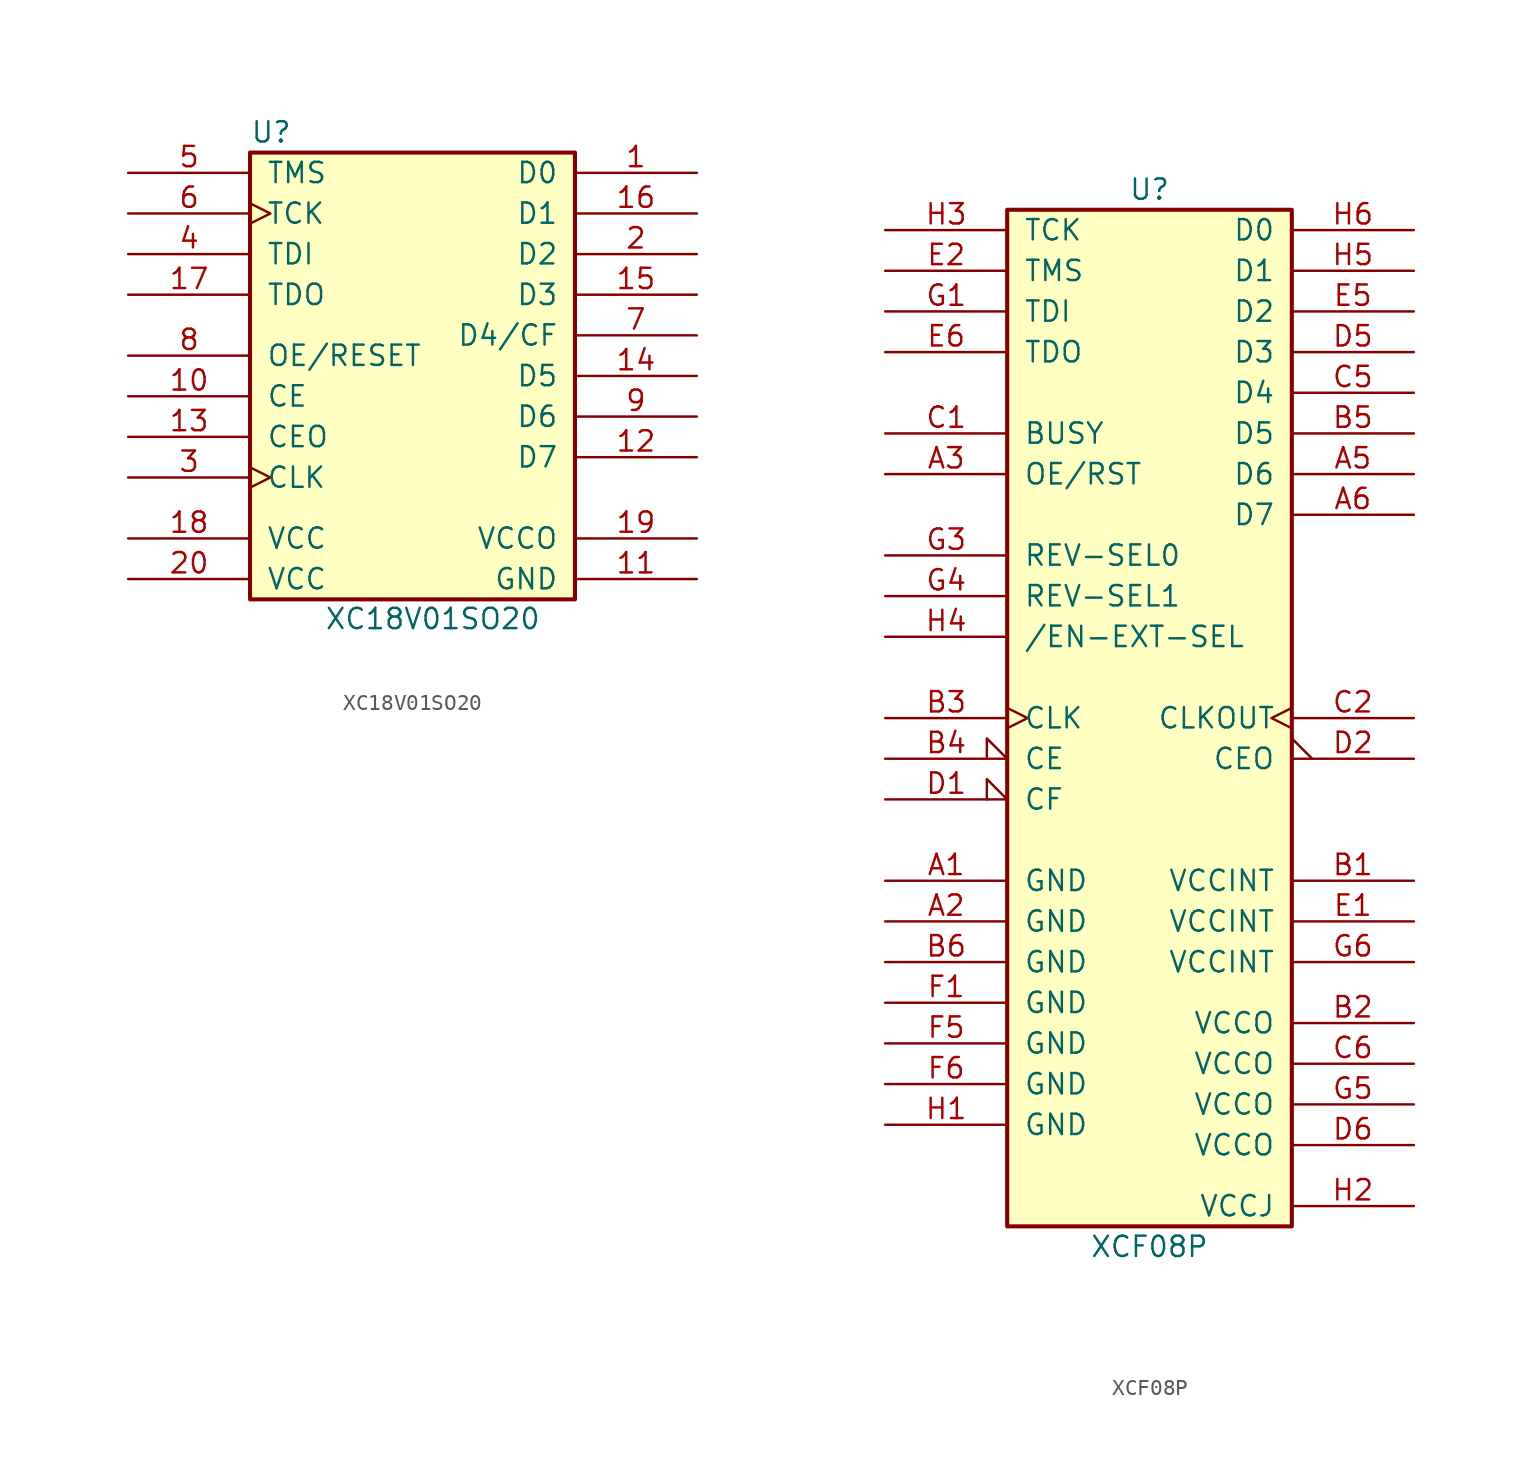
<source format=kicad_sym>
(kicad_symbol_lib
  (version 20231120)
  (generator "kicad_symbol_editor")
  (generator_version "8.0")
  (symbol "XC18V01SO20"
    (pin_names
      (offset 1.016))
    (property "Reference" "U"
      (at -8.839 15.24 0)
      (effects (font (size 1.27 1.27))))
    (property "Value" "XC18V01SO20"
      (at 1.27 -15.189 0)
      (effects (font (size 1.27 1.27))))
    (symbol "XC18V01SO20_0_1"
      (rectangle (start -10.16 12.7) (end -10.16 12.7) (stroke (width 0) (type default)) (fill (type none)))
      (rectangle (start -10.16 13.97) (end 10.16 -13.97) (stroke (width 0.254) (type default)) (fill (type background))))
    (symbol "XC18V01SO20_1_1"
      (pin output line (at 17.78 12.7 180) (length 7.62) (name "D0" (effects (font (size 1.27 1.27)))) (number "1" (effects (font (size 1.27 1.27)))))
      (pin input line (at -17.78 -1.27 0) (length 7.62) (name "CE" (effects (font (size 1.27 1.27)))) (number "10" (effects (font (size 1.27 1.27)))))
      (pin power_in line (at 17.78 -12.7 180) (length 7.62) (name "GND" (effects (font (size 1.27 1.27)))) (number "11" (effects (font (size 1.27 1.27)))))
      (pin output line (at 17.78 -5.08 180) (length 7.62) (name "D7" (effects (font (size 1.27 1.27)))) (number "12" (effects (font (size 1.27 1.27)))))
      (pin output line (at -17.78 -3.81 0) (length 7.62) (name "CEO" (effects (font (size 1.27 1.27)))) (number "13" (effects (font (size 1.27 1.27)))))
      (pin output line (at 17.78 0 180) (length 7.62) (name "D5" (effects (font (size 1.27 1.27)))) (number "14" (effects (font (size 1.27 1.27)))))
      (pin output line (at 17.78 5.08 180) (length 7.62) (name "D3" (effects (font (size 1.27 1.27)))) (number "15" (effects (font (size 1.27 1.27)))))
      (pin output line (at 17.78 10.16 180) (length 7.62) (name "D1" (effects (font (size 1.27 1.27)))) (number "16" (effects (font (size 1.27 1.27)))))
      (pin open_collector line (at -17.78 5.08 0) (length 7.62) (name "TDO" (effects (font (size 1.27 1.27)))) (number "17" (effects (font (size 1.27 1.27)))))
      (pin power_in line (at -17.78 -10.16 0) (length 7.62) (name "VCC" (effects (font (size 1.27 1.27)))) (number "18" (effects (font (size 1.27 1.27)))))
      (pin power_in line (at 17.78 -10.16 180) (length 7.62) (name "VCCO" (effects (font (size 1.27 1.27)))) (number "19" (effects (font (size 1.27 1.27)))))
      (pin output line (at 17.78 7.62 180) (length 7.62) (name "D2" (effects (font (size 1.27 1.27)))) (number "2" (effects (font (size 1.27 1.27)))))
      (pin power_in line (at -17.78 -12.7 0) (length 7.62) (name "VCC" (effects (font (size 1.27 1.27)))) (number "20" (effects (font (size 1.27 1.27)))))
      (pin input clock (at -17.78 -6.35 0) (length 7.62) (name "CLK" (effects (font (size 1.27 1.27)))) (number "3" (effects (font (size 1.27 1.27)))))
      (pin input line (at -17.78 7.62 0) (length 7.62) (name "TDI" (effects (font (size 1.27 1.27)))) (number "4" (effects (font (size 1.27 1.27)))))
      (pin input line (at -17.78 12.7 0) (length 7.62) (name "TMS" (effects (font (size 1.27 1.27)))) (number "5" (effects (font (size 1.27 1.27)))))
      (pin input clock (at -17.78 10.16 0) (length 7.62) (name "TCK" (effects (font (size 1.27 1.27)))) (number "6" (effects (font (size 1.27 1.27)))))
      (pin open_collector line (at 17.78 2.54 180) (length 7.62) (name "D4/CF" (effects (font (size 1.27 1.27)))) (number "7" (effects (font (size 1.27 1.27)))))
      (pin input line (at -17.78 1.27 0) (length 7.62) (name "OE/RESET" (effects (font (size 1.27 1.27)))) (number "8" (effects (font (size 1.27 1.27)))))
      (pin output line (at 17.78 -2.54 180) (length 7.62) (name "D6" (effects (font (size 1.27 1.27)))) (number "9" (effects (font (size 1.27 1.27)))))))
  (symbol "XCF08P"
    (pin_names
      (offset 1.016))
    (property "Reference" "U"
      (at 0 33.02 0)
      (effects (font (size 1.27 1.27))))
    (property "Value" "XCF08P"
      (at 0 -33.02 0)
      (effects (font (size 1.27 1.27))))
    (symbol "XCF08P_0_1"
      (rectangle (start -8.89 31.75) (end 8.89 -31.75) (stroke (width 0.254) (type default)) (fill (type background))))
    (symbol "XCF08P_1_1"
      (pin power_in line (at -16.51 -10.16 0) (length 7.62) (name "GND" (effects (font (size 1.27 1.27)))) (number "A1" (effects (font (size 1.27 1.27)))))
      (pin power_in line (at -16.51 -12.7 0) (length 7.62) (name "GND" (effects (font (size 1.27 1.27)))) (number "A2" (effects (font (size 1.27 1.27)))))
      (pin input line (at -16.51 15.24 0) (length 7.62) (name "OE/RST" (effects (font (size 1.27 1.27)))) (number "A3" (effects (font (size 1.27 1.27)))))
      (pin tri_state line (at 16.51 15.24 180) (length 7.62) (name "D6" (effects (font (size 1.27 1.27)))) (number "A5" (effects (font (size 1.27 1.27)))))
      (pin tri_state line (at 16.51 12.7 180) (length 7.62) (name "D7" (effects (font (size 1.27 1.27)))) (number "A6" (effects (font (size 1.27 1.27)))))
      (pin power_in line (at 16.51 -10.16 180) (length 7.62) (name "VCCINT" (effects (font (size 1.27 1.27)))) (number "B1" (effects (font (size 1.27 1.27)))))
      (pin power_in line (at 16.51 -19.05 180) (length 7.62) (name "VCCO" (effects (font (size 1.27 1.27)))) (number "B2" (effects (font (size 1.27 1.27)))))
      (pin input clock (at -16.51 0 0) (length 7.62) (name "CLK" (effects (font (size 1.27 1.27)))) (number "B3" (effects (font (size 1.27 1.27)))))
      (pin input input_low (at -16.51 -2.54 0) (length 7.62) (name "CE" (effects (font (size 1.27 1.27)))) (number "B4" (effects (font (size 1.27 1.27)))))
      (pin tri_state line (at 16.51 17.78 180) (length 7.62) (name "D5" (effects (font (size 1.27 1.27)))) (number "B5" (effects (font (size 1.27 1.27)))))
      (pin power_in line (at -16.51 -15.24 0) (length 7.62) (name "GND" (effects (font (size 1.27 1.27)))) (number "B6" (effects (font (size 1.27 1.27)))))
      (pin input line (at -16.51 17.78 0) (length 7.62) (name "BUSY" (effects (font (size 1.27 1.27)))) (number "C1" (effects (font (size 1.27 1.27)))))
      (pin output clock (at 16.51 0 180) (length 7.62) (name "CLKOUT" (effects (font (size 1.27 1.27)))) (number "C2" (effects (font (size 1.27 1.27)))))
      (pin tri_state line (at 16.51 20.32 180) (length 7.62) (name "D4" (effects (font (size 1.27 1.27)))) (number "C5" (effects (font (size 1.27 1.27)))))
      (pin power_in line (at 16.51 -21.59 180) (length 7.62) (name "VCCO" (effects (font (size 1.27 1.27)))) (number "C6" (effects (font (size 1.27 1.27)))))
      (pin bidirectional input_low (at -16.51 -5.08 0) (length 7.62) (name "CF" (effects (font (size 1.27 1.27)))) (number "D1" (effects (font (size 1.27 1.27)))))
      (pin output output_low (at 16.51 -2.54 180) (length 7.62) (name "CEO" (effects (font (size 1.27 1.27)))) (number "D2" (effects (font (size 1.27 1.27)))))
      (pin tri_state line (at 16.51 22.86 180) (length 7.62) (name "D3" (effects (font (size 1.27 1.27)))) (number "D5" (effects (font (size 1.27 1.27)))))
      (pin power_in line (at 16.51 -26.67 180) (length 7.62) (name "VCCO" (effects (font (size 1.27 1.27)))) (number "D6" (effects (font (size 1.27 1.27)))))
      (pin power_in line (at 16.51 -12.7 180) (length 7.62) (name "VCCINT" (effects (font (size 1.27 1.27)))) (number "E1" (effects (font (size 1.27 1.27)))))
      (pin input line (at -16.51 27.94 0) (length 7.62) (name "TMS" (effects (font (size 1.27 1.27)))) (number "E2" (effects (font (size 1.27 1.27)))))
      (pin tri_state line (at 16.51 25.4 180) (length 7.62) (name "D2" (effects (font (size 1.27 1.27)))) (number "E5" (effects (font (size 1.27 1.27)))))
      (pin output line (at -16.51 22.86 0) (length 7.62) (name "TDO" (effects (font (size 1.27 1.27)))) (number "E6" (effects (font (size 1.27 1.27)))))
      (pin power_in line (at -16.51 -17.78 0) (length 7.62) (name "GND" (effects (font (size 1.27 1.27)))) (number "F1" (effects (font (size 1.27 1.27)))))
      (pin power_in line (at -16.51 -20.32 0) (length 7.62) (name "GND" (effects (font (size 1.27 1.27)))) (number "F5" (effects (font (size 1.27 1.27)))))
      (pin power_in line (at -16.51 -22.86 0) (length 7.62) (name "GND" (effects (font (size 1.27 1.27)))) (number "F6" (effects (font (size 1.27 1.27)))))
      (pin input line (at -16.51 25.4 0) (length 7.62) (name "TDI" (effects (font (size 1.27 1.27)))) (number "G1" (effects (font (size 1.27 1.27)))))
      (pin input line (at -16.51 10.16 0) (length 7.62) (name "REV-SEL0" (effects (font (size 1.27 1.27)))) (number "G3" (effects (font (size 1.27 1.27)))))
      (pin input line (at -16.51 7.62 0) (length 7.62) (name "REV-SEL1" (effects (font (size 1.27 1.27)))) (number "G4" (effects (font (size 1.27 1.27)))))
      (pin power_in line (at 16.51 -24.13 180) (length 7.62) (name "VCCO" (effects (font (size 1.27 1.27)))) (number "G5" (effects (font (size 1.27 1.27)))))
      (pin power_in line (at 16.51 -15.24 180) (length 7.62) (name "VCCINT" (effects (font (size 1.27 1.27)))) (number "G6" (effects (font (size 1.27 1.27)))))
      (pin power_in line (at -16.51 -25.4 0) (length 7.62) (name "GND" (effects (font (size 1.27 1.27)))) (number "H1" (effects (font (size 1.27 1.27)))))
      (pin power_in line (at 16.51 -30.48 180) (length 7.62) (name "VCCJ" (effects (font (size 1.27 1.27)))) (number "H2" (effects (font (size 1.27 1.27)))))
      (pin input line (at -16.51 30.48 0) (length 7.62) (name "TCK" (effects (font (size 1.27 1.27)))) (number "H3" (effects (font (size 1.27 1.27)))))
      (pin input line (at -16.51 5.08 0) (length 7.62) (name "/EN-EXT-SEL" (effects (font (size 1.27 1.27)))) (number "H4" (effects (font (size 1.27 1.27)))))
      (pin tri_state line (at 16.51 27.94 180) (length 7.62) (name "D1" (effects (font (size 1.27 1.27)))) (number "H5" (effects (font (size 1.27 1.27)))))
      (pin tri_state line (at 16.51 30.48 180) (length 7.62) (name "D0" (effects (font (size 1.27 1.27)))) (number "H6" (effects (font (size 1.27 1.27))))))))
</source>
